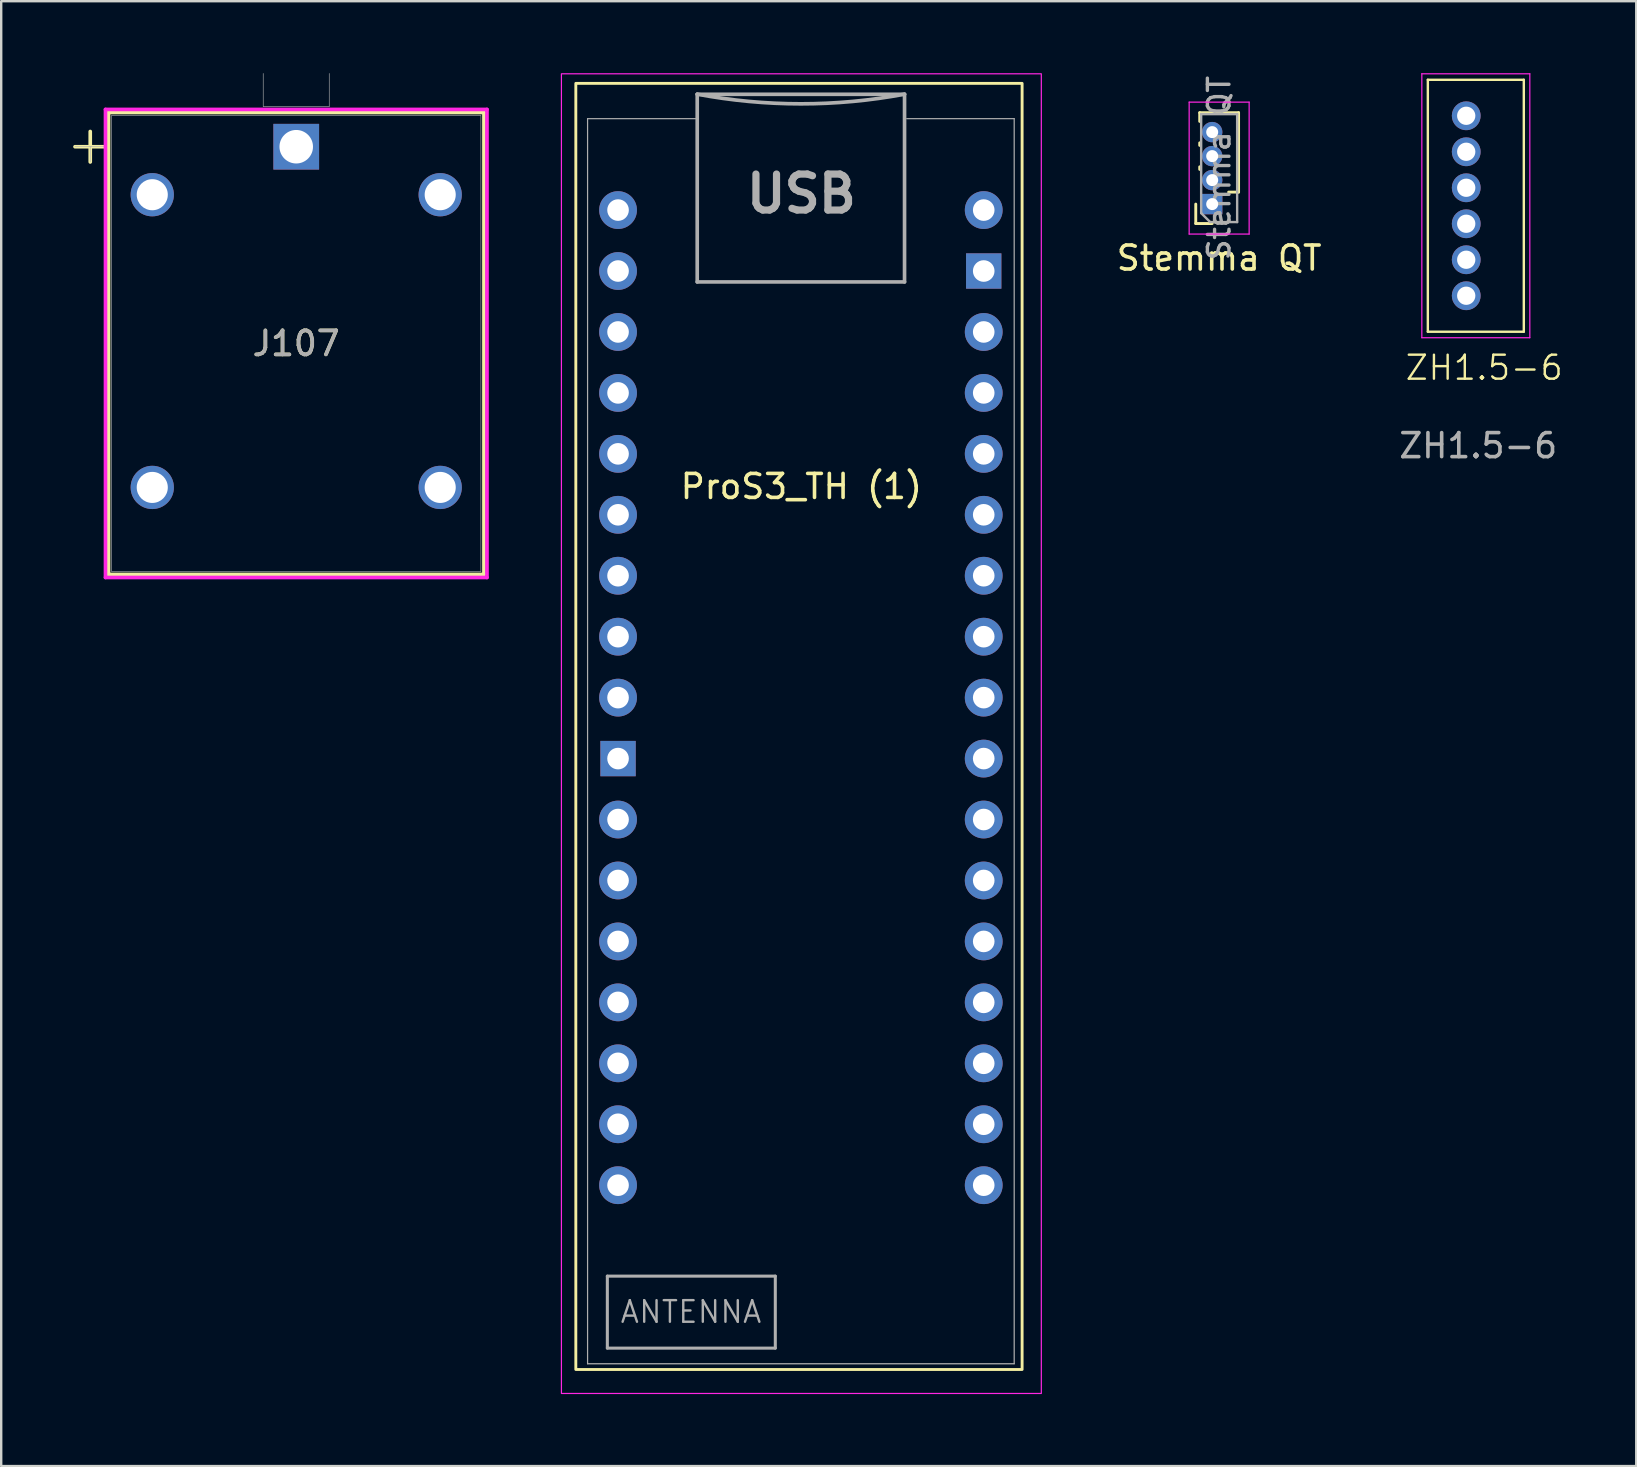
<source format=kicad_pcb>
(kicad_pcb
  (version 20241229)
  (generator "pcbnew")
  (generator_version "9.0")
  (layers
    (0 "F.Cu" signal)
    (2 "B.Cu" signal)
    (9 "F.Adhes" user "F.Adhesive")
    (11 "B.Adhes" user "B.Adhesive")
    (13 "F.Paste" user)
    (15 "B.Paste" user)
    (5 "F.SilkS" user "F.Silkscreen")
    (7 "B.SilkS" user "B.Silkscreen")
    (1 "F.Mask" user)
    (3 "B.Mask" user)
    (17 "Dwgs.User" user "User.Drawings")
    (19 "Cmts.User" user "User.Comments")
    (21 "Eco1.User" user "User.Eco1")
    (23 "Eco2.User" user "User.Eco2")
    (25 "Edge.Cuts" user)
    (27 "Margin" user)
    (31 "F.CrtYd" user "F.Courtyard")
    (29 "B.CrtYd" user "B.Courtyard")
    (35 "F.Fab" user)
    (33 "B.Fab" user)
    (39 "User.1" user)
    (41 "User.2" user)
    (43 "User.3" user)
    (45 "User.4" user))
  (footprint "ZH1.5-6"
    (layer "F.Cu")
    (at 58.057 1.775)
    (property "Reference" "ZH1.5-6" (at 0.75 10.5 0) (unlocked yes) (layer "F.SilkS") (effects (font (size 1 1) (thickness 0.1))))
    (attr through_hole)
    (fp_line (start -1.6 -1.5) (end -1.6 9) (stroke (width 0.1) (type default)) (layer "F.SilkS"))
    (fp_line (start -1.6 9) (end 2.4 9) (stroke (width 0.1) (type default)) (layer "F.SilkS"))
    (fp_line (start 2.4 -1.5) (end -1.6 -1.5) (stroke (width 0.1) (type default)) (layer "F.SilkS"))
    (fp_line (start 2.4 9) (end 2.4 -1.5) (stroke (width 0.1) (type default)) (layer "F.SilkS"))
    (fp_line (start -1.85 -1.75) (end -1.85 9.25) (stroke (width 0.05) (type default)) (layer "F.CrtYd"))
    (fp_line (start -1.85 -1.75) (end 2.65 -1.75) (stroke (width 0.05) (type default)) (layer "F.CrtYd"))
    (fp_line (start -1.85 9.25) (end 2.65 9.25) (stroke (width 0.05) (type default)) (layer "F.CrtYd"))
    (fp_line (start 2.65 -1.75) (end 2.65 9.25) (stroke (width 0.05) (type default)) (layer "F.CrtYd"))
    (fp_text user "${REFERENCE}" (at 0.5 13.75 0) (unlocked yes) (layer "F.Fab") (effects (font (size 1 1) (thickness 0.15))))
    (pad "1" thru_hole circle (at 0 0) (size 1.2 1.2) (drill 0.762) (layers "*.Cu" "*.Mask"))
    (pad "2" thru_hole circle (at 0 1.5) (size 1.2 1.2) (drill 0.762) (layers "*.Cu" "*.Mask"))
    (pad "3" thru_hole circle (at 0 3) (size 1.2 1.2) (drill 0.762) (layers "*.Cu" "*.Mask"))
    (pad "4" thru_hole circle (at 0 4.5) (size 1.2 1.2) (drill 0.762) (layers "*.Cu" "*.Mask"))
    (pad "5" thru_hole circle (at 0 6) (size 1.2 1.2) (drill 0.762) (layers "*.Cu" "*.Mask"))
    (pad "6" thru_hole circle (at 0 7.5) (size 1.2 1.2) (drill 0.762) (layers "*.Cu" "*.Mask")))
  (footprint "ProS3_TH (1)"
    (layer "F.Cu")
    (at 30.348 26.025)
    (property "Reference" "ProS3_TH (1)" (at 0 -8.8 0) (unlocked yes) (layer "F.SilkS") (effects (font (size 1 1) (thickness 0.15))))
    (attr through_hole)
    (fp_rect (start 9.2 28) (end -9.4 -25.6) (stroke (width 0.12) (type default)) (fill no) (layer "F.SilkS"))
    (fp_rect (start -10 -26) (end 10 29) (stroke (width 0.05) (type default)) (fill no) (layer "F.CrtYd"))
    (fp_line (start -8.91 27.762) (end -8.91 -24.13) (stroke (width 0.05) (type solid)) (layer "F.Fab"))
    (fp_line (start -8.91 27.762) (end 8.87 27.762) (stroke (width 0.05) (type solid)) (layer "F.Fab"))
    (fp_line (start -8.086 24.11) (end -1.086 24.11) (stroke (width 0.127) (type solid)) (layer "F.Fab"))
    (fp_line (start -8.086 27.11) (end -8.086 24.11) (stroke (width 0.127) (type solid)) (layer "F.Fab"))
    (fp_line (start -4.41 -24.13) (end -8.91 -24.13) (stroke (width 0.05) (type solid)) (layer "F.Fab"))
    (fp_line (start -4.34 -17.325) (end -4.34 -25.145) (stroke (width 0.152) (type solid)) (layer "F.Fab"))
    (fp_line (start -4.34 -17.315) (end -4.34 -17.325) (stroke (width 0.01) (type solid)) (layer "F.Fab"))
    (fp_line (start -1.086 24.11) (end -1.086 27.11) (stroke (width 0.127) (type solid)) (layer "F.Fab"))
    (fp_line (start -1.086 27.11) (end -8.086 27.11) (stroke (width 0.127) (type solid)) (layer "F.Fab"))
    (fp_line (start 4.3 -25.145) (end -4.34 -25.145) (stroke (width 0.152) (type solid)) (layer "F.Fab"))
    (fp_line (start 4.3 -25.145) (end 4.3 -17.325) (stroke (width 0.152) (type solid)) (layer "F.Fab"))
    (fp_line (start 4.3 -17.325) (end -4.34 -17.325) (stroke (width 0.152) (type solid)) (layer "F.Fab"))
    (fp_line (start 4.3 -17.315) (end 4.3 -17.325) (stroke (width 0.01) (type solid)) (layer "F.Fab"))
    (fp_line (start 8.87 -24.13) (end 4.391 -24.13) (stroke (width 0.05) (type solid)) (layer "F.Fab"))
    (fp_line (start 8.87 -24.13) (end 8.87 27.762) (stroke (width 0.05) (type solid)) (layer "F.Fab"))
    (fp_arc (start 4.3 -25.15) (mid -0.02 -24.747675) (end -4.34 -25.15) (stroke (width 0.1524) (type solid)) (layer "F.Fab"))
    (fp_text user "USB" (at 0 -21 0) (unlocked yes) (layer "F.Fab") (effects (font (size 1.5 1.5) (thickness 0.3))))
    (fp_text user "ANTENNA" (at -4.6 25.6 0) (unlocked yes) (layer "F.Fab") (effects (font (size 0.9 0.9) (thickness 0.1))))
    (pad "1" thru_hole circle (at 7.6 -20.32) (size 1.575 1.575) (drill 0.9) (layers "*.Cu" "*.Mask"))
    (pad "2" thru_hole rect (at 7.6 -17.78) (size 1.473 1.473) (drill 0.9) (layers "*.Cu" "*.Mask"))
    (pad "3" thru_hole circle (at 7.6 -15.24) (size 1.575 1.575) (drill 0.9) (layers "*.Cu" "*.Mask"))
    (pad "4" thru_hole circle (at 7.6 -12.7) (size 1.575 1.575) (drill 0.9) (layers "*.Cu" "*.Mask"))
    (pad "5" thru_hole circle (at 7.6 -10.16) (size 1.575 1.575) (drill 0.9) (layers "*.Cu" "*.Mask"))
    (pad "6" thru_hole circle (at 7.6 -7.62) (size 1.575 1.575) (drill 0.9) (layers "*.Cu" "*.Mask"))
    (pad "7" thru_hole circle (at 7.6 -5.08) (size 1.575 1.575) (drill 0.9) (layers "*.Cu" "*.Mask"))
    (pad "8" thru_hole circle (at 7.6 -2.54) (size 1.575 1.575) (drill 0.9) (layers "*.Cu" "*.Mask"))
    (pad "9" thru_hole circle (at 7.6 0) (size 1.575 1.575) (drill 0.9) (layers "*.Cu" "*.Mask"))
    (pad "10" thru_hole circle (at 7.6 2.54) (size 1.575 1.575) (drill 0.9) (layers "*.Cu" "*.Mask"))
    (pad "11" thru_hole circle (at 7.6 5.08) (size 1.575 1.575) (drill 0.9) (layers "*.Cu" "*.Mask"))
    (pad "12" thru_hole circle (at 7.6 7.62) (size 1.575 1.575) (drill 0.9) (layers "*.Cu" "*.Mask"))
    (pad "13" thru_hole circle (at 7.6 10.16) (size 1.575 1.575) (drill 0.9) (layers "*.Cu" "*.Mask"))
    (pad "14" thru_hole circle (at 7.6 12.7) (size 1.575 1.575) (drill 0.9) (layers "*.Cu" "*.Mask"))
    (pad "15" thru_hole circle (at 7.6 15.24) (size 1.575 1.575) (drill 0.9) (layers "*.Cu" "*.Mask"))
    (pad "16" thru_hole circle (at 7.6 17.78) (size 1.575 1.575) (drill 0.9) (layers "*.Cu" "*.Mask"))
    (pad "17" thru_hole circle (at 7.6 20.32) (size 1.575 1.575) (drill 0.9) (layers "*.Cu" "*.Mask"))
    (pad "18" thru_hole circle (at -7.64 20.32) (size 1.575 1.575) (drill 0.9) (layers "*.Cu" "*.Mask"))
    (pad "19" thru_hole circle (at -7.64 17.78) (size 1.575 1.575) (drill 0.9) (layers "*.Cu" "*.Mask"))
    (pad "20" thru_hole circle (at -7.64 15.24) (size 1.575 1.575) (drill 0.9) (layers "*.Cu" "*.Mask"))
    (pad "21" thru_hole circle (at -7.64 12.7) (size 1.575 1.575) (drill 0.9) (layers "*.Cu" "*.Mask"))
    (pad "22" thru_hole circle (at -7.64 10.16) (size 1.575 1.575) (drill 0.9) (layers "*.Cu" "*.Mask"))
    (pad "23" thru_hole circle (at -7.64 7.62) (size 1.575 1.575) (drill 0.9) (layers "*.Cu" "*.Mask"))
    (pad "24" thru_hole circle (at -7.64 5.08) (size 1.575 1.575) (drill 0.9) (layers "*.Cu" "*.Mask"))
    (pad "25" thru_hole rect (at -7.64 2.54) (size 1.473 1.473) (drill 0.9) (layers "*.Cu" "*.Mask"))
    (pad "26" thru_hole circle (at -7.64 0) (size 1.575 1.575) (drill 0.9) (layers "*.Cu" "*.Mask"))
    (pad "27" thru_hole circle (at -7.64 -2.54) (size 1.575 1.575) (drill 0.9) (layers "*.Cu" "*.Mask"))
    (pad "28" thru_hole circle (at -7.64 -5.08) (size 1.575 1.575) (drill 0.9) (layers "*.Cu" "*.Mask"))
    (pad "29" thru_hole circle (at -7.64 -7.62) (size 1.575 1.575) (drill 0.9) (layers "*.Cu" "*.Mask"))
    (pad "30" thru_hole circle (at -7.64 -10.16) (size 1.575 1.575) (drill 0.9) (layers "*.Cu" "*.Mask"))
    (pad "31" thru_hole circle (at -7.64 -12.7) (size 1.575 1.575) (drill 0.9) (layers "*.Cu" "*.Mask"))
    (pad "32" thru_hole circle (at -7.64 -15.24) (size 1.575 1.575) (drill 0.9) (layers "*.Cu" "*.Mask"))
    (pad "33" thru_hole circle (at -7.64 -17.78) (size 1.575 1.575) (drill 0.9) (layers "*.Cu" "*.Mask"))
    (pad "34" thru_hole circle (at -7.64 -20.32) (size 1.575 1.575) (drill 0.9) (layers "*.Cu" "*.Mask")))
  (footprint "Stemma QT"
    (layer "F.Cu")
    (at 47.47 2.306)
    (property "Reference" "Stemma QT" (at 0.29 5.4 180) (layer "F.SilkS") (effects (font (size 1 1) (thickness 0.15))))
    (attr through_hole)
    (fp_line (start -0.685 3.96) (end -0.685 3.15) (stroke (width 0.12) (type solid)) (layer "F.SilkS"))
    (fp_line (start -0.52 -0.296) (end -0.52 -0.66) (stroke (width 0.12) (type solid)) (layer "F.SilkS"))
    (fp_line (start -0.52 0.704) (end -0.52 0.596) (stroke (width 0.12) (type solid)) (layer "F.SilkS"))
    (fp_line (start -0.52 1.704) (end -0.52 1.596) (stroke (width 0.12) (type solid)) (layer "F.SilkS"))
    (fp_line (start 0 3.96) (end -0.685 3.96) (stroke (width 0.12) (type solid)) (layer "F.SilkS"))
    (fp_line (start 1.1 -0.66) (end -0.52 -0.66) (stroke (width 0.12) (type solid)) (layer "F.SilkS"))
    (fp_line (start 1.1 2.65) (end 0.685 2.65) (stroke (width 0.12) (type solid)) (layer "F.SilkS"))
    (fp_line (start 1.1 2.65) (end 1.1 -0.66) (stroke (width 0.12) (type solid)) (layer "F.SilkS"))
    (fp_line (start -0.96 -1.1) (end 1.54 -1.1) (stroke (width 0.05) (type solid)) (layer "F.CrtYd"))
    (fp_line (start -0.96 4.4) (end -0.96 -1.1) (stroke (width 0.05) (type solid)) (layer "F.CrtYd"))
    (fp_line (start 1.54 -1.1) (end 1.54 4.4) (stroke (width 0.05) (type solid)) (layer "F.CrtYd"))
    (fp_line (start 1.54 4.4) (end -0.96 4.4) (stroke (width 0.05) (type solid)) (layer "F.CrtYd"))
    (fp_line (start -0.46 -0.6) (end 1.04 -0.6) (stroke (width 0.1) (type solid)) (layer "F.Fab"))
    (fp_line (start -0.46 3.525) (end -0.46 -0.6) (stroke (width 0.1) (type solid)) (layer "F.Fab"))
    (fp_line (start -0.085 3.9) (end -0.46 3.525) (stroke (width 0.1) (type solid)) (layer "F.Fab"))
    (fp_line (start 1.04 -0.6) (end 1.04 3.9) (stroke (width 0.1) (type solid)) (layer "F.Fab"))
    (fp_line (start 1.04 3.9) (end -0.085 3.9) (stroke (width 0.1) (type solid)) (layer "F.Fab"))
    (fp_text user "${REFERENCE}" (at 0.29 1.65 270) (layer "F.Fab") (effects (font (size 0.9 0.9) (thickness 0.14))))
    (pad "1" thru_hole rect (at 0 3.15 180) (size 0.85 0.85) (drill 0.5) (layers "*.Cu" "*.Mask"))
    (pad "2" thru_hole oval (at 0 2.15 180) (size 0.85 0.85) (drill 0.5) (layers "*.Cu" "*.Mask"))
    (pad "3" thru_hole oval (at 0 1.15 180) (size 0.85 0.85) (drill 0.5) (layers "*.Cu" "*.Mask"))
    (pad "4" thru_hole oval (at 0 0.15 180) (size 0.85 0.85) (drill 0.5) (layers "*.Cu" "*.Mask")))
  (footprint "J107"
    (layer "F.Cu")
    (at 9.296 3.065)
    (property "Reference" "J107" (at 0 8.2 0) (unlocked yes) (layer "F.SilkS") (effects (font (size 1 1) (thickness 0.15))))
    (attr through_hole)
    (fp_line (start -9.22 0) (end -7.95 0) (stroke (width 0.152) (type solid)) (layer "F.SilkS"))
    (fp_line (start -8.585 -0.635) (end -8.585 0.635) (stroke (width 0.152) (type solid)) (layer "F.SilkS"))
    (fp_line (start -7.823 -1.427) (end -7.823 17.826) (stroke (width 0.152) (type solid)) (layer "F.SilkS"))
    (fp_line (start 7.823 -1.427) (end -7.823 -1.427) (stroke (width 0.152) (type solid)) (layer "F.SilkS"))
    (fp_line (start 7.823 -1.427) (end 7.823 17.826) (stroke (width 0.152) (type solid)) (layer "F.SilkS"))
    (fp_line (start 7.823 17.826) (end -7.823 17.826) (stroke (width 0.152) (type solid)) (layer "F.SilkS"))
    (fp_line (start -7.95 -1.554) (end -7.95 17.953) (stroke (width 0.152) (type solid)) (layer "F.CrtYd"))
    (fp_line (start -7.95 17.953) (end 7.95 17.953) (stroke (width 0.152) (type solid)) (layer "F.CrtYd"))
    (fp_line (start 7.95 -1.554) (end -7.95 -1.554) (stroke (width 0.152) (type solid)) (layer "F.CrtYd"))
    (fp_line (start 7.95 17.953) (end 7.95 -1.554) (stroke (width 0.152) (type solid)) (layer "F.CrtYd"))
    (fp_line (start -9.22 0) (end -7.95 0) (stroke (width 0.025) (type solid)) (layer "F.Fab"))
    (fp_line (start -8.585 0) (end -8.585 0.635) (stroke (width 0.025) (type solid)) (layer "F.Fab"))
    (fp_line (start -7.696 -1.3) (end -7.696 17.699) (stroke (width 0.025) (type solid)) (layer "F.Fab"))
    (fp_line (start -1.376 -1.677) (end -1.376 -3.053) (stroke (width 0.025) (type solid)) (layer "F.Fab"))
    (fp_line (start 1.376 -3.053) (end 1.376 -1.677) (stroke (width 0.025) (type solid)) (layer "F.Fab"))
    (fp_line (start 1.376 -1.677) (end -1.376 -1.677) (stroke (width 0.025) (type solid)) (layer "F.Fab"))
    (fp_line (start 7.696 -1.3) (end -7.696 -1.3) (stroke (width 0.025) (type solid)) (layer "F.Fab"))
    (fp_line (start 7.696 -1.3) (end 7.696 17.699) (stroke (width 0.025) (type solid)) (layer "F.Fab"))
    (fp_line (start 7.696 17.699) (end -7.696 17.699) (stroke (width 0.025) (type solid)) (layer "F.Fab"))
    (fp_text user "${REFERENCE}" (at 0 8.2 0) (unlocked yes) (layer "F.Fab") (effects (font (size 1 1) (thickness 0.15))))
    (pad "1" thru_hole rect (at 0 0) (size 1.905 1.905) (drill 1.397) (layers "*.Cu" "*.Mask"))
    (pad "2" thru_hole circle (at -6 2) (size 1.803 1.803) (drill 1.295) (layers "*.Cu" "*.Mask"))
    (pad "3" thru_hole circle (at -6 14.199) (size 1.803 1.803) (drill 1.295) (layers "*.Cu" "*.Mask"))
    (pad "4" thru_hole circle (at 6 14.199) (size 1.803 1.803) (drill 1.295) (layers "*.Cu" "*.Mask"))
    (pad "5" thru_hole circle (at 6 2) (size 1.803 1.803) (drill 1.295) (layers "*.Cu" "*.Mask")))
  (gr_rect
    (start -3 -3)
    (end 65.143 58.05)
    (stroke (width 0.1) (type default))
    (fill no)
    (layer "Edge.Cuts")))
</source>
